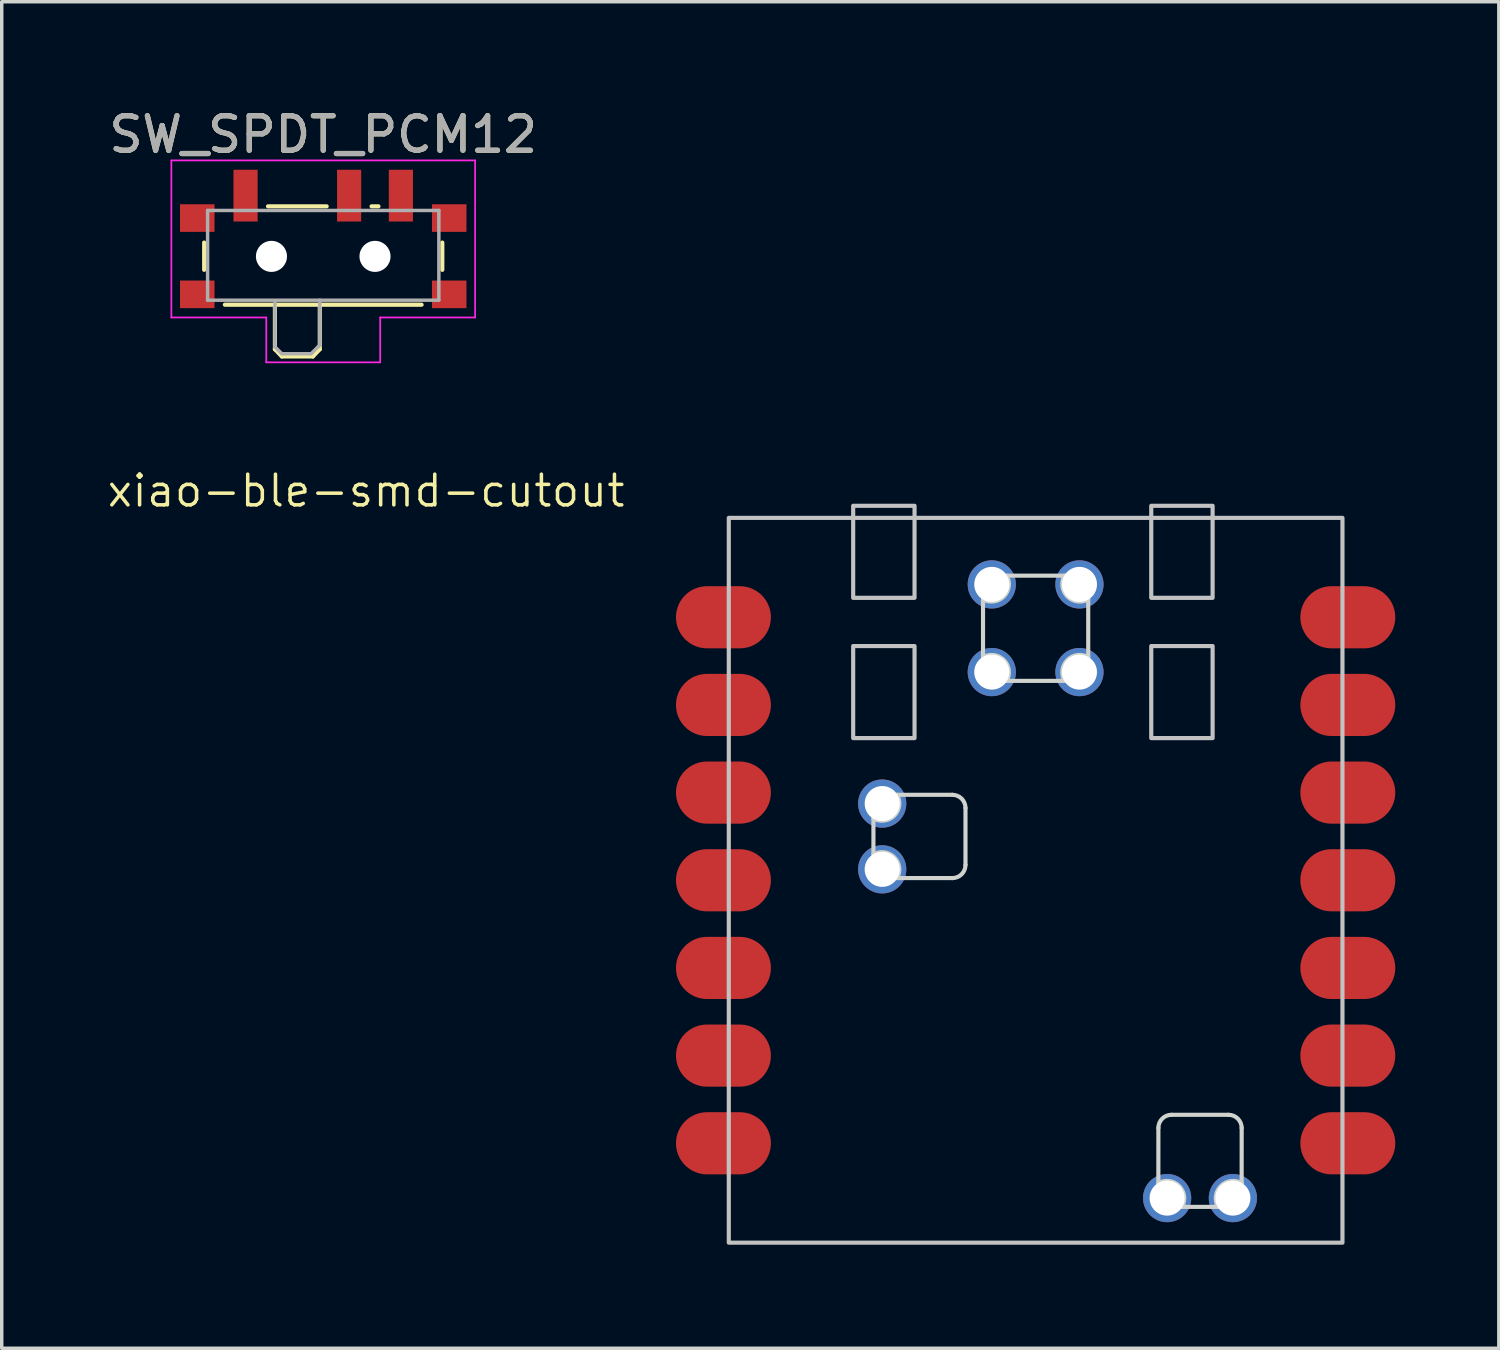
<source format=kicad_pcb>
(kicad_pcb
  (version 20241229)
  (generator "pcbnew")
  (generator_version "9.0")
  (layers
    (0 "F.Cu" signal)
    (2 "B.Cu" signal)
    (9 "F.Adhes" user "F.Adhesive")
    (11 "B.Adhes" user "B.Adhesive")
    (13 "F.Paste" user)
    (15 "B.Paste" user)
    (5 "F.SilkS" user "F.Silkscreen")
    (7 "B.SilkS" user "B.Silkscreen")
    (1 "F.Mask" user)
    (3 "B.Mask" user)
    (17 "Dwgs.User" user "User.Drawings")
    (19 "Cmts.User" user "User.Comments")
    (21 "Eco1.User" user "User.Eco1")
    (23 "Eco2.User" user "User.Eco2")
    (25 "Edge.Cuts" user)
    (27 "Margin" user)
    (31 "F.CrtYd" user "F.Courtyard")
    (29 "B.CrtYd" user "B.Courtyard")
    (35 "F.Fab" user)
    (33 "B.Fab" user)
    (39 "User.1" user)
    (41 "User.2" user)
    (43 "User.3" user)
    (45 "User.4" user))
  (footprint "SW_SPDT_PCM12"
    (layer "F.Cu")
    (at 6.315 4.048)
    (property "Reference" "SW_SPDT_PCM12" (at 0 -3.2 0) (layer "F.SilkS") (effects (font (size 1 1) (thickness 0.15))))
    (attr smd)
    (fp_line (start -3.45 -0.07) (end -3.45 0.72) (stroke (width 0.12) (type solid)) (layer "F.SilkS"))
    (fp_line (start -2.85 1.73) (end 2.85 1.73) (stroke (width 0.12) (type solid)) (layer "F.SilkS"))
    (fp_line (start -1.6 -1.12) (end 0.1 -1.12) (stroke (width 0.12) (type solid)) (layer "F.SilkS"))
    (fp_line (start -1.4 1.73) (end -1.4 3.02) (stroke (width 0.12) (type solid)) (layer "F.SilkS"))
    (fp_line (start -1.4 3.02) (end -1.2 3.23) (stroke (width 0.12) (type solid)) (layer "F.SilkS"))
    (fp_line (start -1.2 3.23) (end -0.3 3.23) (stroke (width 0.12) (type solid)) (layer "F.SilkS"))
    (fp_line (start -0.1 3.02) (end -0.3 3.23) (stroke (width 0.12) (type solid)) (layer "F.SilkS"))
    (fp_line (start -0.1 3.02) (end -0.1 1.73) (stroke (width 0.12) (type solid)) (layer "F.SilkS"))
    (fp_line (start 1.4 -1.12) (end 1.6 -1.12) (stroke (width 0.12) (type solid)) (layer "F.SilkS"))
    (fp_line (start 3.45 0.72) (end 3.45 -0.07) (stroke (width 0.12) (type solid)) (layer "F.SilkS"))
    (fp_line (start -4.4 -2.45) (end 4.4 -2.45) (stroke (width 0.05) (type solid)) (layer "F.CrtYd"))
    (fp_line (start -4.4 2.1) (end -4.4 -2.45) (stroke (width 0.05) (type solid)) (layer "F.CrtYd"))
    (fp_line (start -1.65 2.1) (end -4.4 2.1) (stroke (width 0.05) (type solid)) (layer "F.CrtYd"))
    (fp_line (start -1.65 3.4) (end -1.65 2.1) (stroke (width 0.05) (type solid)) (layer "F.CrtYd"))
    (fp_line (start 1.65 2.1) (end 1.65 3.4) (stroke (width 0.05) (type solid)) (layer "F.CrtYd"))
    (fp_line (start 1.65 3.4) (end -1.65 3.4) (stroke (width 0.05) (type solid)) (layer "F.CrtYd"))
    (fp_line (start 4.4 -2.45) (end 4.4 2.1) (stroke (width 0.05) (type solid)) (layer "F.CrtYd"))
    (fp_line (start 4.4 2.1) (end 1.65 2.1) (stroke (width 0.05) (type solid)) (layer "F.CrtYd"))
    (fp_line (start -3.35 -1) (end -3.35 1.6) (stroke (width 0.1) (type solid)) (layer "F.Fab"))
    (fp_line (start -3.35 1.6) (end 3.35 1.6) (stroke (width 0.1) (type solid)) (layer "F.Fab"))
    (fp_line (start -1.4 1.65) (end -1.4 2.95) (stroke (width 0.1) (type solid)) (layer "F.Fab"))
    (fp_line (start -1.4 2.95) (end -1.2 3.15) (stroke (width 0.1) (type solid)) (layer "F.Fab"))
    (fp_line (start -1.2 3.15) (end -0.35 3.15) (stroke (width 0.1) (type solid)) (layer "F.Fab"))
    (fp_line (start -0.35 3.15) (end -0.15 2.95) (stroke (width 0.1) (type solid)) (layer "F.Fab"))
    (fp_line (start -0.15 2.95) (end -0.1 2.9) (stroke (width 0.1) (type solid)) (layer "F.Fab"))
    (fp_line (start -0.1 2.9) (end -0.1 1.6) (stroke (width 0.1) (type solid)) (layer "F.Fab"))
    (fp_line (start 3.35 -1) (end -3.35 -1) (stroke (width 0.1) (type solid)) (layer "F.Fab"))
    (fp_line (start 3.35 1.6) (end 3.35 -1) (stroke (width 0.1) (type solid)) (layer "F.Fab"))
    (fp_text user "${REFERENCE}" (at 0 -3.2 0) (layer "F.Fab") (effects (font (size 1 1) (thickness 0.15))))
    (pad "" smd rect (at -3.65 -0.78 180) (size 1 0.8) (layers "F.Cu" "F.Mask" "F.Paste"))
    (pad "" smd rect (at -3.65 1.43 180) (size 1 0.8) (layers "F.Cu" "F.Mask" "F.Paste"))
    (pad "" np_thru_hole circle (at -1.5 0.33 180) (size 0.9 0.9) (drill 0.9) (layers "*.Cu" "*.Mask"))
    (pad "" np_thru_hole circle (at 1.5 0.33 180) (size 0.9 0.9) (drill 0.9) (layers "*.Cu" "*.Mask"))
    (pad "" smd rect (at 3.65 -0.78 180) (size 1 0.8) (layers "F.Cu" "F.Mask" "F.Paste"))
    (pad "" smd rect (at 3.65 1.43 180) (size 1 0.8) (layers "F.Cu" "F.Mask" "F.Paste"))
    (pad "1" smd rect (at -2.25 -1.43 180) (size 0.7 1.5) (layers "F.Cu" "F.Mask" "F.Paste"))
    (pad "2" smd rect (at 0.75 -1.43 180) (size 0.7 1.5) (layers "F.Cu" "F.Mask" "F.Paste"))
    (pad "3" smd rect (at 2.25 -1.43 180) (size 0.7 1.5) (layers "F.Cu" "F.Mask" "F.Paste")))
  (footprint "xiao-ble-smd-cutout"
    (layer "F.Cu")
    (at 26.955 22.454)
    (property "Reference" "xiao-ble-smd-cutout" (at -19.399 -11.283 0) (layer "F.SilkS") (effects (font (size 0.889 0.889) (thickness 0.102))))
    (attr smd exclude_from_pos_files)
    (fp_rect (start -8.89 10.5) (end 8.89 -10.5) (stroke (width 0.12) (type solid)) (fill no) (layer "Dwgs.User"))
    (fp_rect (start -5.286 -6.786) (end -3.508 -4.119) (stroke (width 0.12) (type solid)) (fill no) (layer "Dwgs.User"))
    (fp_rect (start -3.508 -8.183) (end -5.286 -10.85) (stroke (width 0.12) (type solid)) (fill no) (layer "Dwgs.User"))
    (fp_rect (start 3.35 -10.85) (end 5.128 -8.183) (stroke (width 0.12) (type solid)) (fill no) (layer "Dwgs.User"))
    (fp_rect (start 3.35 -6.786) (end 5.128 -4.119) (stroke (width 0.12) (type solid)) (fill no) (layer "Dwgs.User"))
    (fp_line (start -4.699 -0.749) (end -4.699 -1.79) (stroke (width 0.12) (type solid)) (layer "Edge.Cuts"))
    (fp_line (start -4.013 -2.476) (end -2.413 -2.476) (stroke (width 0.12) (type solid)) (layer "Edge.Cuts"))
    (fp_line (start -2.413 -0.063) (end -4.013 -0.063) (stroke (width 0.12) (type solid)) (layer "Edge.Cuts"))
    (fp_line (start -2.032 -2.095) (end -2.032 -0.444) (stroke (width 0.12) (type solid)) (layer "Edge.Cuts"))
    (fp_line (start -1.524 -6.464) (end -1.524 -8.14) (stroke (width 0.12) (type solid)) (layer "Edge.Cuts"))
    (fp_line (start -0.838 -8.826) (end 0.838 -8.826) (stroke (width 0.12) (type solid)) (layer "Edge.Cuts"))
    (fp_line (start -0.838 -5.778) (end 0.838 -5.778) (stroke (width 0.12) (type solid)) (layer "Edge.Cuts"))
    (fp_line (start 1.524 -6.464) (end 1.524 -8.14) (stroke (width 0.12) (type solid)) (layer "Edge.Cuts"))
    (fp_line (start 3.556 8.776) (end 3.557 7.176) (stroke (width 0.12) (type solid)) (layer "Edge.Cuts"))
    (fp_line (start 3.938 6.795) (end 5.588 6.795) (stroke (width 0.12) (type solid)) (layer "Edge.Cuts"))
    (fp_line (start 5.283 9.462) (end 4.242 9.462) (stroke (width 0.12) (type solid)) (layer "Edge.Cuts"))
    (fp_line (start 5.97 7.176) (end 5.969 8.776) (stroke (width 0.12) (type solid)) (layer "Edge.Cuts"))
    (fp_arc (start -4.699 -0.7488) (mid -4.095391 -0.666609) (end -4.0132 -0.063) (stroke (width 0.12) (type solid)) (layer "Edge.Cuts"))
    (fp_arc (start -4.0132 -2.476) (mid -4.095391 -1.872391) (end -4.699 -1.7902) (stroke (width 0.12) (type solid)) (layer "Edge.Cuts"))
    (fp_arc (start -2.413 -2.476) (mid -2.143592 -2.364408) (end -2.032 -2.095) (stroke (width 0.12) (type solid)) (layer "Edge.Cuts"))
    (fp_arc (start -2.032 -0.444) (mid -2.143592 -0.174592) (end -2.413 -0.063) (stroke (width 0.12) (type solid)) (layer "Edge.Cuts"))
    (fp_arc (start -1.524 -6.4638) (mid -0.920391 -6.381609) (end -0.8382 -5.778) (stroke (width 0.12) (type solid)) (layer "Edge.Cuts"))
    (fp_arc (start -0.8382 -8.826) (mid -0.920391 -8.222391) (end -1.524 -8.1402) (stroke (width 0.12) (type solid)) (layer "Edge.Cuts"))
    (fp_arc (start 0.8382 -5.778) (mid 0.920393 -6.381607) (end 1.524 -6.4638) (stroke (width 0.12) (type solid)) (layer "Edge.Cuts"))
    (fp_arc (start 1.524 -8.1402) (mid 0.920393 -8.222393) (end 0.8382 -8.826) (stroke (width 0.12) (type solid)) (layer "Edge.Cuts"))
    (fp_arc (start 3.556 8.7762) (mid 4.159607 8.858393) (end 4.2418 9.462) (stroke (width 0.12) (type solid)) (layer "Edge.Cuts"))
    (fp_arc (start 3.5565 7.176) (mid 3.668092 6.906592) (end 3.9375 6.795) (stroke (width 0.12) (type solid)) (layer "Edge.Cuts"))
    (fp_arc (start 5.2832 9.462) (mid 5.365357 8.858357) (end 5.969 8.7762) (stroke (width 0.12) (type solid)) (layer "Edge.Cuts"))
    (fp_arc (start 5.5885 6.795) (mid 5.857908 6.906592) (end 5.9695 7.176) (stroke (width 0.12) (type solid)) (layer "Edge.Cuts"))
    (pad "1" smd oval (at -8.57 -7.62) (size 2.75 1.8) (drill (offset -0.475 0)) (layers "F.Cu" "F.Mask" "F.Paste"))
    (pad "2" smd oval (at -8.57 -5.08) (size 2.75 1.8) (drill (offset -0.475 0)) (layers "F.Cu" "F.Mask" "F.Paste"))
    (pad "3" smd oval (at -8.57 -2.54) (size 2.75 1.8) (drill (offset -0.475 0)) (layers "F.Cu" "F.Mask" "F.Paste"))
    (pad "4" smd oval (at -8.57 0) (size 2.75 1.8) (drill (offset -0.475 0)) (layers "F.Cu" "F.Mask" "F.Paste"))
    (pad "5" smd oval (at -8.57 2.54) (size 2.75 1.8) (drill (offset -0.475 0)) (layers "F.Cu" "F.Mask" "F.Paste"))
    (pad "6" smd oval (at -8.57 5.08) (size 2.75 1.8) (drill (offset -0.475 0)) (layers "F.Cu" "F.Mask" "F.Paste"))
    (pad "7" smd oval (at -8.57 7.62) (size 2.75 1.8) (drill (offset -0.475 0)) (layers "F.Cu" "F.Mask" "F.Paste"))
    (pad "8" smd oval (at 8.57 7.62 180) (size 2.75 1.8) (drill (offset -0.475 0)) (layers "F.Cu" "F.Mask" "F.Paste"))
    (pad "9" smd oval (at 8.57 5.08 180) (size 2.75 1.8) (drill (offset -0.475 0)) (layers "F.Cu" "F.Mask" "F.Paste"))
    (pad "10" smd oval (at 8.57 2.54 180) (size 2.75 1.8) (drill (offset -0.475 0)) (layers "F.Cu" "F.Mask" "F.Paste"))
    (pad "11" smd oval (at 8.57 0 180) (size 2.75 1.8) (drill (offset -0.475 0)) (layers "F.Cu" "F.Mask" "F.Paste"))
    (pad "12" smd oval (at 8.57 -2.54 180) (size 2.75 1.8) (drill (offset -0.475 0)) (layers "F.Cu" "F.Mask" "F.Paste"))
    (pad "13" smd oval (at 8.57 -5.08 180) (size 2.75 1.8) (drill (offset -0.475 0)) (layers "F.Cu" "F.Mask" "F.Paste"))
    (pad "14" smd oval (at 8.57 -7.62 180) (size 2.75 1.8) (drill (offset -0.475 0)) (layers "F.Cu" "F.Mask" "F.Paste"))
    (pad "15" thru_hole circle (at -1.27 -8.572 270) (size 1.397 1.397) (drill 1.016) (layers "*.Cu" "*.Mask"))
    (pad "16" thru_hole circle (at 1.27 -8.572 270) (size 1.397 1.397) (drill 1.016) (layers "*.Cu" "*.Mask"))
    (pad "17" thru_hole circle (at -1.27 -6.032 270) (size 1.397 1.397) (drill 1.016) (layers "*.Cu" "*.Mask"))
    (pad "18" thru_hole circle (at 1.27 -6.032 270) (size 1.397 1.397) (drill 1.016) (layers "*.Cu" "*.Mask"))
    (pad "19" thru_hole circle (at -4.445 -0.317) (size 1.397 1.397) (drill 1.016) (layers "*.Cu" "*.Mask"))
    (pad "20" thru_hole circle (at -4.445 -2.222) (size 1.397 1.397) (drill 1.016) (layers "*.Cu" "*.Mask"))
    (pad "21" thru_hole circle (at 3.81 9.208) (size 1.397 1.397) (drill 1.016) (layers "*.Cu" "*.Mask"))
    (pad "22" thru_hole circle (at 5.715 9.208) (size 1.397 1.397) (drill 1.016) (layers "*.Cu" "*.Mask")))
  (gr_rect
    (start -3 -3)
    (end 40.375 36.014)
    (stroke (width 0.1) (type default))
    (fill no)
    (layer "Edge.Cuts")))
</source>
